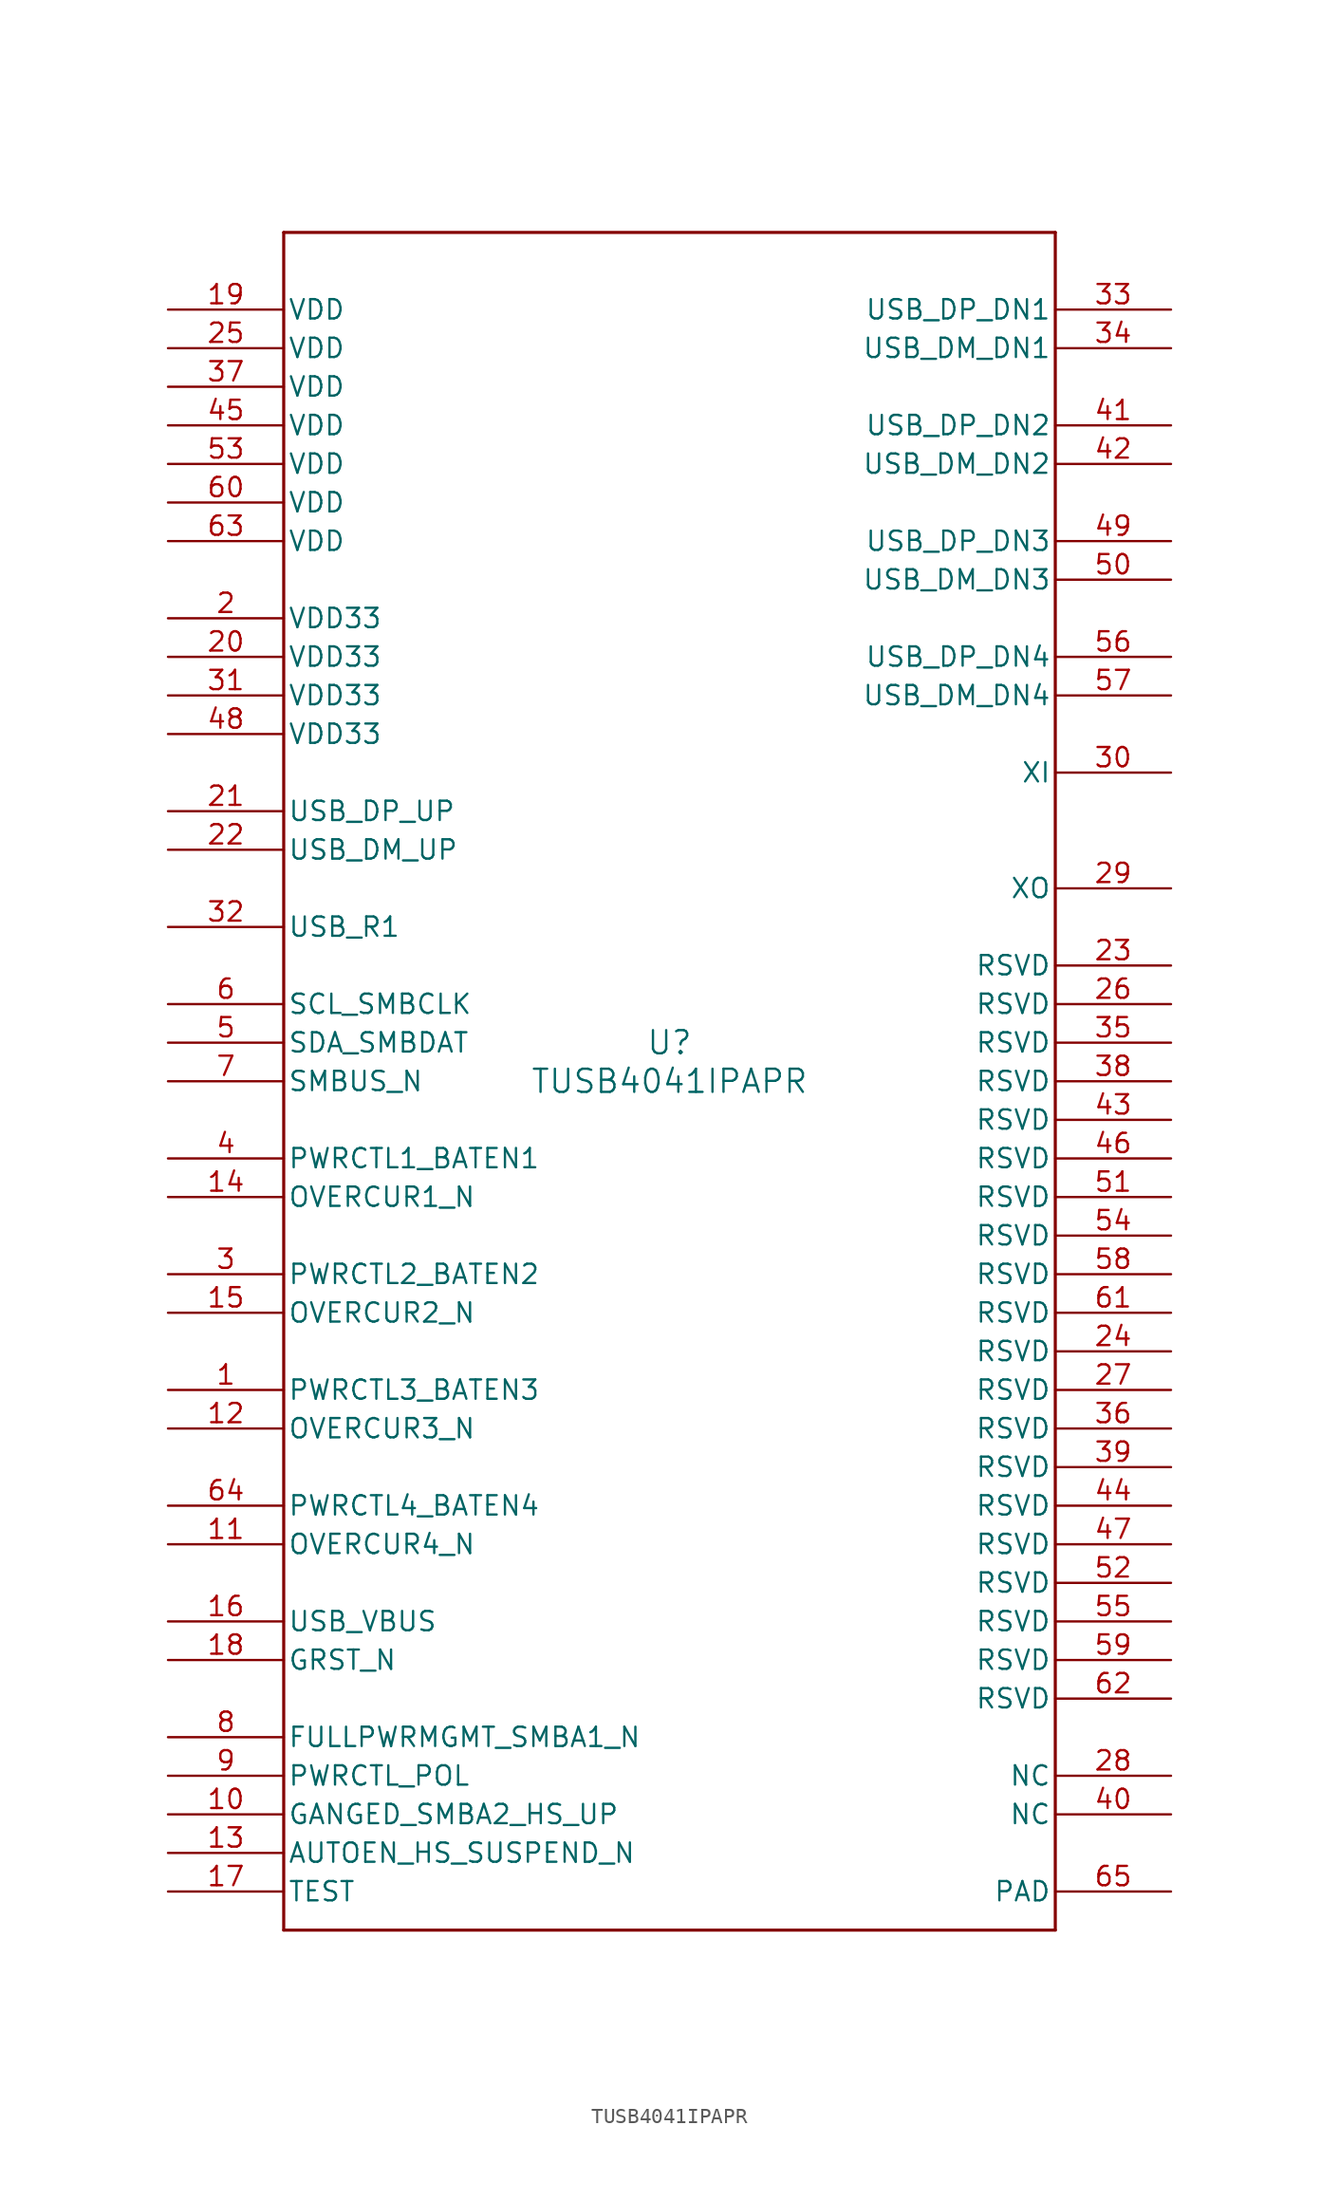
<source format=kicad_sym>
(kicad_symbol_lib
  (version 20211014)
  (generator kicad_symbol_editor)
  (symbol "TUSB4041IPAPR"
    (pin_names
      (offset 0.254))
    (property "Reference" "U"
      (at 0 2.54 0)
      (effects (font (size 1.524 1.524))))
    (property "Value" "TUSB4041IPAPR"
      (at 0 0 0)
      (effects (font (size 1.524 1.524))))
    (symbol "TUSB4041IPAPR_0_1"
      (polyline (pts (xy -25.4 -55.88) (xy 25.4 -55.88)) (stroke (width 0.203) (type default) (color 0 0 0 0)) (fill (type none)))
      (polyline (pts (xy 25.4 -55.88) (xy 25.4 55.88)) (stroke (width 0.203) (type default) (color 0 0 0 0)) (fill (type none)))
      (polyline (pts (xy 25.4 55.88) (xy -25.4 55.88)) (stroke (width 0.203) (type default) (color 0 0 0 0)) (fill (type none)))
      (polyline (pts (xy -25.4 55.88) (xy -25.4 -55.88)) (stroke (width 0.203) (type default) (color 0 0 0 0)) (fill (type none)))
      (pin bidirectional line (at -33.02 -20.32 0) (length 7.62) (name "PWRCTL3_BATEN3" (effects (font (size 1.27 1.27)))) (number "1" (effects (font (size 1.27 1.27)))))
      (pin power_in line (at -33.02 30.48 0) (length 7.62) (name "VDD33" (effects (font (size 1.27 1.27)))) (number "2" (effects (font (size 1.27 1.27)))))
      (pin bidirectional line (at -33.02 -12.7 0) (length 7.62) (name "PWRCTL2_BATEN2" (effects (font (size 1.27 1.27)))) (number "3" (effects (font (size 1.27 1.27)))))
      (pin bidirectional line (at -33.02 -5.08 0) (length 7.62) (name "PWRCTL1_BATEN1" (effects (font (size 1.27 1.27)))) (number "4" (effects (font (size 1.27 1.27)))))
      (pin bidirectional line (at -33.02 2.54 0) (length 7.62) (name "SDA_SMBDAT" (effects (font (size 1.27 1.27)))) (number "5" (effects (font (size 1.27 1.27)))))
      (pin bidirectional line (at -33.02 5.08 0) (length 7.62) (name "SCL_SMBCLK" (effects (font (size 1.27 1.27)))) (number "6" (effects (font (size 1.27 1.27)))))
      (pin bidirectional line (at -33.02 0 0) (length 7.62) (name "SMBUS_N" (effects (font (size 1.27 1.27)))) (number "7" (effects (font (size 1.27 1.27)))))
      (pin bidirectional line (at -33.02 -43.18 0) (length 7.62) (name "FULLPWRMGMT_SMBA1_N" (effects (font (size 1.27 1.27)))) (number "8" (effects (font (size 1.27 1.27)))))
      (pin bidirectional line (at -33.02 -45.72 0) (length 7.62) (name "PWRCTL_POL" (effects (font (size 1.27 1.27)))) (number "9" (effects (font (size 1.27 1.27)))))
      (pin bidirectional line (at -33.02 -48.26 0) (length 7.62) (name "GANGED_SMBA2_HS_UP" (effects (font (size 1.27 1.27)))) (number "10" (effects (font (size 1.27 1.27)))))
      (pin input line (at -33.02 -30.48 0) (length 7.62) (name "OVERCUR4_N" (effects (font (size 1.27 1.27)))) (number "11" (effects (font (size 1.27 1.27)))))
      (pin input line (at -33.02 -22.86 0) (length 7.62) (name "OVERCUR3_N" (effects (font (size 1.27 1.27)))) (number "12" (effects (font (size 1.27 1.27)))))
      (pin bidirectional line (at -33.02 -50.8 0) (length 7.62) (name "AUTOEN_HS_SUSPEND_N" (effects (font (size 1.27 1.27)))) (number "13" (effects (font (size 1.27 1.27)))))
      (pin input line (at -33.02 -7.62 0) (length 7.62) (name "OVERCUR1_N" (effects (font (size 1.27 1.27)))) (number "14" (effects (font (size 1.27 1.27)))))
      (pin input line (at -33.02 -15.24 0) (length 7.62) (name "OVERCUR2_N" (effects (font (size 1.27 1.27)))) (number "15" (effects (font (size 1.27 1.27)))))
      (pin input line (at -33.02 -35.56 0) (length 7.62) (name "USB_VBUS" (effects (font (size 1.27 1.27)))) (number "16" (effects (font (size 1.27 1.27)))))
      (pin input line (at -33.02 -53.34 0) (length 7.62) (name "TEST" (effects (font (size 1.27 1.27)))) (number "17" (effects (font (size 1.27 1.27)))))
      (pin input line (at -33.02 -38.1 0) (length 7.62) (name "GRST_N" (effects (font (size 1.27 1.27)))) (number "18" (effects (font (size 1.27 1.27)))))
      (pin power_in line (at -33.02 50.8 0) (length 7.62) (name "VDD" (effects (font (size 1.27 1.27)))) (number "19" (effects (font (size 1.27 1.27)))))
      (pin power_in line (at -33.02 27.94 0) (length 7.62) (name "VDD33" (effects (font (size 1.27 1.27)))) (number "20" (effects (font (size 1.27 1.27)))))
      (pin bidirectional line (at -33.02 17.78 0) (length 7.62) (name "USB_DP_UP" (effects (font (size 1.27 1.27)))) (number "21" (effects (font (size 1.27 1.27)))))
      (pin bidirectional line (at -33.02 15.24 0) (length 7.62) (name "USB_DM_UP" (effects (font (size 1.27 1.27)))) (number "22" (effects (font (size 1.27 1.27)))))
      (pin unspecified line (at 33.02 7.62 180) (length 7.62) (name "RSVD" (effects (font (size 1.27 1.27)))) (number "23" (effects (font (size 1.27 1.27)))))
      (pin unspecified line (at 33.02 -17.78 180) (length 7.62) (name "RSVD" (effects (font (size 1.27 1.27)))) (number "24" (effects (font (size 1.27 1.27)))))
      (pin power_in line (at -33.02 48.26 0) (length 7.62) (name "VDD" (effects (font (size 1.27 1.27)))) (number "25" (effects (font (size 1.27 1.27)))))
      (pin unspecified line (at 33.02 5.08 180) (length 7.62) (name "RSVD" (effects (font (size 1.27 1.27)))) (number "26" (effects (font (size 1.27 1.27)))))
      (pin unspecified line (at 33.02 -20.32 180) (length 7.62) (name "RSVD" (effects (font (size 1.27 1.27)))) (number "27" (effects (font (size 1.27 1.27)))))
      (pin unspecified line (at 33.02 -45.72 180) (length 7.62) (name "NC" (effects (font (size 1.27 1.27)))) (number "28" (effects (font (size 1.27 1.27)))))
      (pin unspecified line (at 33.02 12.7 180) (length 7.62) (name "XO" (effects (font (size 1.27 1.27)))) (number "29" (effects (font (size 1.27 1.27)))))
      (pin unspecified line (at 33.02 20.32 180) (length 7.62) (name "XI" (effects (font (size 1.27 1.27)))) (number "30" (effects (font (size 1.27 1.27)))))
      (pin power_in line (at -33.02 25.4 0) (length 7.62) (name "VDD33" (effects (font (size 1.27 1.27)))) (number "31" (effects (font (size 1.27 1.27)))))
      (pin unspecified line (at -33.02 10.16 0) (length 7.62) (name "USB_R1" (effects (font (size 1.27 1.27)))) (number "32" (effects (font (size 1.27 1.27)))))
      (pin bidirectional line (at 33.02 50.8 180) (length 7.62) (name "USB_DP_DN1" (effects (font (size 1.27 1.27)))) (number "33" (effects (font (size 1.27 1.27)))))
      (pin bidirectional line (at 33.02 48.26 180) (length 7.62) (name "USB_DM_DN1" (effects (font (size 1.27 1.27)))) (number "34" (effects (font (size 1.27 1.27)))))
      (pin unspecified line (at 33.02 2.54 180) (length 7.62) (name "RSVD" (effects (font (size 1.27 1.27)))) (number "35" (effects (font (size 1.27 1.27)))))
      (pin unspecified line (at 33.02 -22.86 180) (length 7.62) (name "RSVD" (effects (font (size 1.27 1.27)))) (number "36" (effects (font (size 1.27 1.27)))))
      (pin power_in line (at -33.02 45.72 0) (length 7.62) (name "VDD" (effects (font (size 1.27 1.27)))) (number "37" (effects (font (size 1.27 1.27)))))
      (pin unspecified line (at 33.02 0 180) (length 7.62) (name "RSVD" (effects (font (size 1.27 1.27)))) (number "38" (effects (font (size 1.27 1.27)))))
      (pin unspecified line (at 33.02 -25.4 180) (length 7.62) (name "RSVD" (effects (font (size 1.27 1.27)))) (number "39" (effects (font (size 1.27 1.27)))))
      (pin unspecified line (at 33.02 -48.26 180) (length 7.62) (name "NC" (effects (font (size 1.27 1.27)))) (number "40" (effects (font (size 1.27 1.27)))))
      (pin bidirectional line (at 33.02 43.18 180) (length 7.62) (name "USB_DP_DN2" (effects (font (size 1.27 1.27)))) (number "41" (effects (font (size 1.27 1.27)))))
      (pin bidirectional line (at 33.02 40.64 180) (length 7.62) (name "USB_DM_DN2" (effects (font (size 1.27 1.27)))) (number "42" (effects (font (size 1.27 1.27)))))
      (pin unspecified line (at 33.02 -2.54 180) (length 7.62) (name "RSVD" (effects (font (size 1.27 1.27)))) (number "43" (effects (font (size 1.27 1.27)))))
      (pin unspecified line (at 33.02 -27.94 180) (length 7.62) (name "RSVD" (effects (font (size 1.27 1.27)))) (number "44" (effects (font (size 1.27 1.27)))))
      (pin power_in line (at -33.02 43.18 0) (length 7.62) (name "VDD" (effects (font (size 1.27 1.27)))) (number "45" (effects (font (size 1.27 1.27)))))
      (pin unspecified line (at 33.02 -5.08 180) (length 7.62) (name "RSVD" (effects (font (size 1.27 1.27)))) (number "46" (effects (font (size 1.27 1.27)))))
      (pin unspecified line (at 33.02 -30.48 180) (length 7.62) (name "RSVD" (effects (font (size 1.27 1.27)))) (number "47" (effects (font (size 1.27 1.27)))))
      (pin power_in line (at -33.02 22.86 0) (length 7.62) (name "VDD33" (effects (font (size 1.27 1.27)))) (number "48" (effects (font (size 1.27 1.27)))))
      (pin bidirectional line (at 33.02 35.56 180) (length 7.62) (name "USB_DP_DN3" (effects (font (size 1.27 1.27)))) (number "49" (effects (font (size 1.27 1.27)))))
      (pin bidirectional line (at 33.02 33.02 180) (length 7.62) (name "USB_DM_DN3" (effects (font (size 1.27 1.27)))) (number "50" (effects (font (size 1.27 1.27)))))
      (pin unspecified line (at 33.02 -7.62 180) (length 7.62) (name "RSVD" (effects (font (size 1.27 1.27)))) (number "51" (effects (font (size 1.27 1.27)))))
      (pin unspecified line (at 33.02 -33.02 180) (length 7.62) (name "RSVD" (effects (font (size 1.27 1.27)))) (number "52" (effects (font (size 1.27 1.27)))))
      (pin power_in line (at -33.02 40.64 0) (length 7.62) (name "VDD" (effects (font (size 1.27 1.27)))) (number "53" (effects (font (size 1.27 1.27)))))
      (pin unspecified line (at 33.02 -10.16 180) (length 7.62) (name "RSVD" (effects (font (size 1.27 1.27)))) (number "54" (effects (font (size 1.27 1.27)))))
      (pin unspecified line (at 33.02 -35.56 180) (length 7.62) (name "RSVD" (effects (font (size 1.27 1.27)))) (number "55" (effects (font (size 1.27 1.27)))))
      (pin bidirectional line (at 33.02 27.94 180) (length 7.62) (name "USB_DP_DN4" (effects (font (size 1.27 1.27)))) (number "56" (effects (font (size 1.27 1.27)))))
      (pin bidirectional line (at 33.02 25.4 180) (length 7.62) (name "USB_DM_DN4" (effects (font (size 1.27 1.27)))) (number "57" (effects (font (size 1.27 1.27)))))
      (pin unspecified line (at 33.02 -12.7 180) (length 7.62) (name "RSVD" (effects (font (size 1.27 1.27)))) (number "58" (effects (font (size 1.27 1.27)))))
      (pin unspecified line (at 33.02 -38.1 180) (length 7.62) (name "RSVD" (effects (font (size 1.27 1.27)))) (number "59" (effects (font (size 1.27 1.27)))))
      (pin power_in line (at -33.02 38.1 0) (length 7.62) (name "VDD" (effects (font (size 1.27 1.27)))) (number "60" (effects (font (size 1.27 1.27)))))
      (pin unspecified line (at 33.02 -15.24 180) (length 7.62) (name "RSVD" (effects (font (size 1.27 1.27)))) (number "61" (effects (font (size 1.27 1.27)))))
      (pin unspecified line (at 33.02 -40.64 180) (length 7.62) (name "RSVD" (effects (font (size 1.27 1.27)))) (number "62" (effects (font (size 1.27 1.27)))))
      (pin power_in line (at -33.02 35.56 0) (length 7.62) (name "VDD" (effects (font (size 1.27 1.27)))) (number "63" (effects (font (size 1.27 1.27)))))
      (pin bidirectional line (at -33.02 -27.94 0) (length 7.62) (name "PWRCTL4_BATEN4" (effects (font (size 1.27 1.27)))) (number "64" (effects (font (size 1.27 1.27)))))
      (pin power_in line (at 33.02 -53.34 180) (length 7.62) (name "PAD" (effects (font (size 1.27 1.27)))) (number "65" (effects (font (size 1.27 1.27))))))))
</source>
